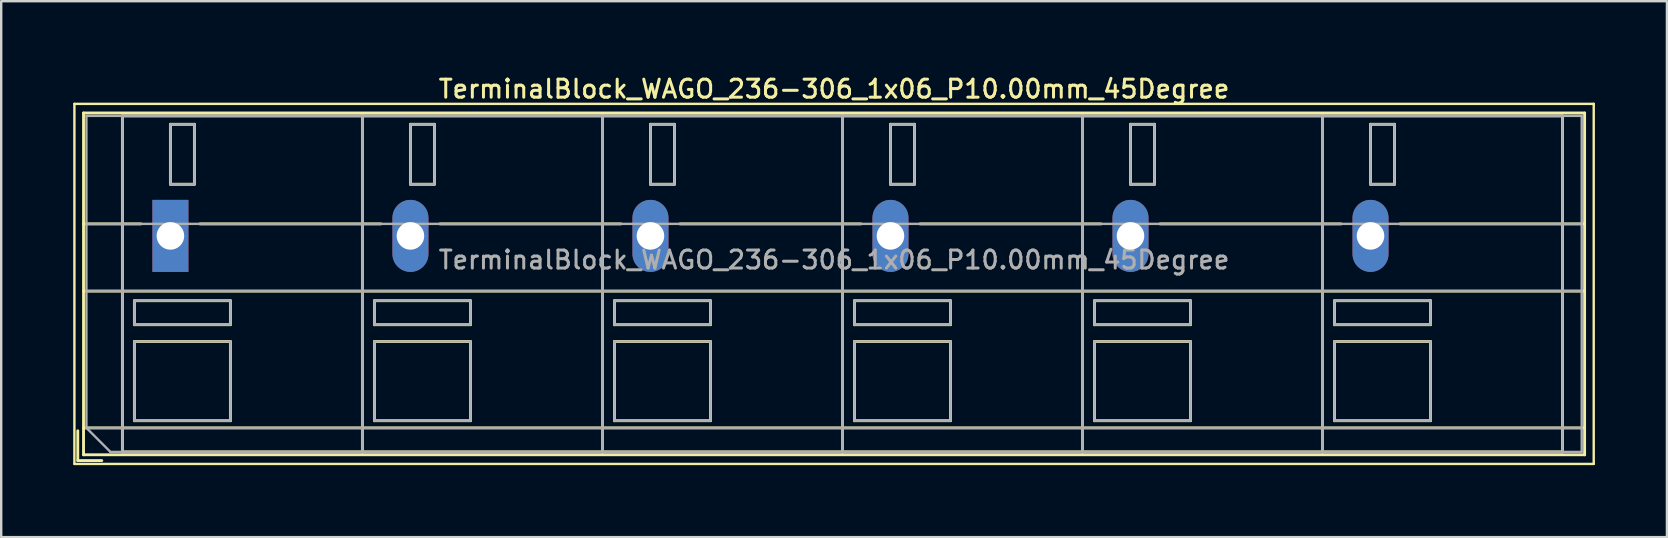
<source format=kicad_pcb>
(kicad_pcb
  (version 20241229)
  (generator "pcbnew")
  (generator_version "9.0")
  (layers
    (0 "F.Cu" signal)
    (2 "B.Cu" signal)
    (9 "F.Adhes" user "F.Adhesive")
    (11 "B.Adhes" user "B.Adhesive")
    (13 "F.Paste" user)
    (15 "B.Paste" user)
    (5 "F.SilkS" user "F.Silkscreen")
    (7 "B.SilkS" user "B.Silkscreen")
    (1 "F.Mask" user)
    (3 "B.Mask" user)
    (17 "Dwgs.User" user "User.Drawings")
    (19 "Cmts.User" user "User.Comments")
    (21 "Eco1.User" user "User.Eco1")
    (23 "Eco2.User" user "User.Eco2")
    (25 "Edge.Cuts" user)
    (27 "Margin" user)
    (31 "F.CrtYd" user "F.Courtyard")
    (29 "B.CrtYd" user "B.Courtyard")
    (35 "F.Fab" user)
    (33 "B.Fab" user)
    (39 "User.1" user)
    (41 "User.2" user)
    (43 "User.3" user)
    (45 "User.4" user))
  (footprint "TerminalBlock_WAGO_236-306_1x06_P10.00mm_45Degree"
    (layer "F.Cu")
    (at 4.05 6.778)
    (property "Reference" "TerminalBlock_WAGO_236-306_1x06_P10.00mm_45Degree" (at 27.65 -6.12 0) (layer "F.SilkS") (effects (font (size 0.75 0.75) (thickness 0.125))))
    (attr through_hole)
    (fp_line (start -4 -5.5) (end -4 9.5) (stroke (width 0.1) (type solid)) (layer "F.SilkS"))
    (fp_line (start -4 9.5) (end 59.3 9.5) (stroke (width 0.1) (type solid)) (layer "F.SilkS"))
    (fp_line (start -3.86 8.12) (end -3.86 9.36) (stroke (width 0.12) (type solid)) (layer "F.SilkS"))
    (fp_line (start -3.86 9.36) (end -2.86 9.36) (stroke (width 0.12) (type solid)) (layer "F.SilkS"))
    (fp_line (start -3.62 -5.12) (end -3.62 9.12) (stroke (width 0.12) (type solid)) (layer "F.SilkS"))
    (fp_line (start -3.62 -5.12) (end 58.92 -5.12) (stroke (width 0.12) (type solid)) (layer "F.SilkS"))
    (fp_line (start -3.62 -0.5) (end -1.23 -0.5) (stroke (width 0.12) (type solid)) (layer "F.SilkS"))
    (fp_line (start -3.62 2.3) (end 58.92 2.3) (stroke (width 0.12) (type solid)) (layer "F.SilkS"))
    (fp_line (start -3.62 8) (end 58.92 8) (stroke (width 0.12) (type solid)) (layer "F.SilkS"))
    (fp_line (start -3.62 9.12) (end 58.92 9.12) (stroke (width 0.12) (type solid)) (layer "F.SilkS"))
    (fp_line (start -2 -5) (end -2 9) (stroke (width 0.12) (type solid)) (layer "F.SilkS"))
    (fp_line (start -2 -5) (end 8 -5) (stroke (width 0.12) (type solid)) (layer "F.SilkS"))
    (fp_line (start -2 9) (end 8 9) (stroke (width 0.12) (type solid)) (layer "F.SilkS"))
    (fp_line (start -1.5 2.7) (end -1.5 3.7) (stroke (width 0.12) (type solid)) (layer "F.SilkS"))
    (fp_line (start -1.5 2.7) (end 2.5 2.7) (stroke (width 0.12) (type solid)) (layer "F.SilkS"))
    (fp_line (start -1.5 3.7) (end 2.5 3.7) (stroke (width 0.12) (type solid)) (layer "F.SilkS"))
    (fp_line (start -1.5 4.4) (end -1.5 7.7) (stroke (width 0.12) (type solid)) (layer "F.SilkS"))
    (fp_line (start -1.5 4.4) (end 2.5 4.4) (stroke (width 0.12) (type solid)) (layer "F.SilkS"))
    (fp_line (start -1.5 7.7) (end 2.5 7.7) (stroke (width 0.12) (type solid)) (layer "F.SilkS"))
    (fp_line (start 0 -4.65) (end 0 -2.151) (stroke (width 0.12) (type solid)) (layer "F.SilkS"))
    (fp_line (start 0 -4.65) (end 1 -4.65) (stroke (width 0.12) (type solid)) (layer "F.SilkS"))
    (fp_line (start 0 -2.151) (end 1 -2.151) (stroke (width 0.12) (type solid)) (layer "F.SilkS"))
    (fp_line (start 1 -4.65) (end 1 -2.151) (stroke (width 0.12) (type solid)) (layer "F.SilkS"))
    (fp_line (start 1.23 -0.5) (end 8.77 -0.5) (stroke (width 0.12) (type solid)) (layer "F.SilkS"))
    (fp_line (start 2.5 2.7) (end 2.5 3.7) (stroke (width 0.12) (type solid)) (layer "F.SilkS"))
    (fp_line (start 2.5 4.4) (end 2.5 7.7) (stroke (width 0.12) (type solid)) (layer "F.SilkS"))
    (fp_line (start 8 -5) (end 8 9) (stroke (width 0.12) (type solid)) (layer "F.SilkS"))
    (fp_line (start 8 -5) (end 8 9) (stroke (width 0.12) (type solid)) (layer "F.SilkS"))
    (fp_line (start 8 -5) (end 18 -5) (stroke (width 0.12) (type solid)) (layer "F.SilkS"))
    (fp_line (start 8 9) (end 18 9) (stroke (width 0.12) (type solid)) (layer "F.SilkS"))
    (fp_line (start 8.5 2.7) (end 8.5 3.7) (stroke (width 0.12) (type solid)) (layer "F.SilkS"))
    (fp_line (start 8.5 2.7) (end 12.5 2.7) (stroke (width 0.12) (type solid)) (layer "F.SilkS"))
    (fp_line (start 8.5 3.7) (end 12.5 3.7) (stroke (width 0.12) (type solid)) (layer "F.SilkS"))
    (fp_line (start 8.5 4.4) (end 8.5 7.7) (stroke (width 0.12) (type solid)) (layer "F.SilkS"))
    (fp_line (start 8.5 4.4) (end 12.5 4.4) (stroke (width 0.12) (type solid)) (layer "F.SilkS"))
    (fp_line (start 8.5 7.7) (end 12.5 7.7) (stroke (width 0.12) (type solid)) (layer "F.SilkS"))
    (fp_line (start 10 -4.65) (end 10 -2.151) (stroke (width 0.12) (type solid)) (layer "F.SilkS"))
    (fp_line (start 10 -4.65) (end 11 -4.65) (stroke (width 0.12) (type solid)) (layer "F.SilkS"))
    (fp_line (start 10 -2.151) (end 11 -2.151) (stroke (width 0.12) (type solid)) (layer "F.SilkS"))
    (fp_line (start 11 -4.65) (end 11 -2.151) (stroke (width 0.12) (type solid)) (layer "F.SilkS"))
    (fp_line (start 11.23 -0.5) (end 18.77 -0.5) (stroke (width 0.12) (type solid)) (layer "F.SilkS"))
    (fp_line (start 12.5 2.7) (end 12.5 3.7) (stroke (width 0.12) (type solid)) (layer "F.SilkS"))
    (fp_line (start 12.5 4.4) (end 12.5 7.7) (stroke (width 0.12) (type solid)) (layer "F.SilkS"))
    (fp_line (start 18 -5) (end 18 9) (stroke (width 0.12) (type solid)) (layer "F.SilkS"))
    (fp_line (start 18 -5) (end 18 9) (stroke (width 0.12) (type solid)) (layer "F.SilkS"))
    (fp_line (start 18 -5) (end 28 -5) (stroke (width 0.12) (type solid)) (layer "F.SilkS"))
    (fp_line (start 18 9) (end 28 9) (stroke (width 0.12) (type solid)) (layer "F.SilkS"))
    (fp_line (start 18.5 2.7) (end 18.5 3.7) (stroke (width 0.12) (type solid)) (layer "F.SilkS"))
    (fp_line (start 18.5 2.7) (end 22.5 2.7) (stroke (width 0.12) (type solid)) (layer "F.SilkS"))
    (fp_line (start 18.5 3.7) (end 22.5 3.7) (stroke (width 0.12) (type solid)) (layer "F.SilkS"))
    (fp_line (start 18.5 4.4) (end 18.5 7.7) (stroke (width 0.12) (type solid)) (layer "F.SilkS"))
    (fp_line (start 18.5 4.4) (end 22.5 4.4) (stroke (width 0.12) (type solid)) (layer "F.SilkS"))
    (fp_line (start 18.5 7.7) (end 22.5 7.7) (stroke (width 0.12) (type solid)) (layer "F.SilkS"))
    (fp_line (start 20 -4.65) (end 20 -2.151) (stroke (width 0.12) (type solid)) (layer "F.SilkS"))
    (fp_line (start 20 -4.65) (end 21 -4.65) (stroke (width 0.12) (type solid)) (layer "F.SilkS"))
    (fp_line (start 20 -2.151) (end 21 -2.151) (stroke (width 0.12) (type solid)) (layer "F.SilkS"))
    (fp_line (start 21 -4.65) (end 21 -2.151) (stroke (width 0.12) (type solid)) (layer "F.SilkS"))
    (fp_line (start 21.23 -0.5) (end 28.77 -0.5) (stroke (width 0.12) (type solid)) (layer "F.SilkS"))
    (fp_line (start 22.5 2.7) (end 22.5 3.7) (stroke (width 0.12) (type solid)) (layer "F.SilkS"))
    (fp_line (start 22.5 4.4) (end 22.5 7.7) (stroke (width 0.12) (type solid)) (layer "F.SilkS"))
    (fp_line (start 28 -5) (end 28 9) (stroke (width 0.12) (type solid)) (layer "F.SilkS"))
    (fp_line (start 28 -5) (end 28 9) (stroke (width 0.12) (type solid)) (layer "F.SilkS"))
    (fp_line (start 28 -5) (end 38 -5) (stroke (width 0.12) (type solid)) (layer "F.SilkS"))
    (fp_line (start 28 9) (end 38 9) (stroke (width 0.12) (type solid)) (layer "F.SilkS"))
    (fp_line (start 28.5 2.7) (end 28.5 3.7) (stroke (width 0.12) (type solid)) (layer "F.SilkS"))
    (fp_line (start 28.5 2.7) (end 32.5 2.7) (stroke (width 0.12) (type solid)) (layer "F.SilkS"))
    (fp_line (start 28.5 3.7) (end 32.5 3.7) (stroke (width 0.12) (type solid)) (layer "F.SilkS"))
    (fp_line (start 28.5 4.4) (end 28.5 7.7) (stroke (width 0.12) (type solid)) (layer "F.SilkS"))
    (fp_line (start 28.5 4.4) (end 32.5 4.4) (stroke (width 0.12) (type solid)) (layer "F.SilkS"))
    (fp_line (start 28.5 7.7) (end 32.5 7.7) (stroke (width 0.12) (type solid)) (layer "F.SilkS"))
    (fp_line (start 30 -4.65) (end 30 -2.151) (stroke (width 0.12) (type solid)) (layer "F.SilkS"))
    (fp_line (start 30 -4.65) (end 31 -4.65) (stroke (width 0.12) (type solid)) (layer "F.SilkS"))
    (fp_line (start 30 -2.151) (end 31 -2.151) (stroke (width 0.12) (type solid)) (layer "F.SilkS"))
    (fp_line (start 31 -4.65) (end 31 -2.151) (stroke (width 0.12) (type solid)) (layer "F.SilkS"))
    (fp_line (start 31.23 -0.5) (end 38.77 -0.5) (stroke (width 0.12) (type solid)) (layer "F.SilkS"))
    (fp_line (start 32.5 2.7) (end 32.5 3.7) (stroke (width 0.12) (type solid)) (layer "F.SilkS"))
    (fp_line (start 32.5 4.4) (end 32.5 7.7) (stroke (width 0.12) (type solid)) (layer "F.SilkS"))
    (fp_line (start 38 -5) (end 38 9) (stroke (width 0.12) (type solid)) (layer "F.SilkS"))
    (fp_line (start 38 -5) (end 38 9) (stroke (width 0.12) (type solid)) (layer "F.SilkS"))
    (fp_line (start 38 -5) (end 48 -5) (stroke (width 0.12) (type solid)) (layer "F.SilkS"))
    (fp_line (start 38 9) (end 48 9) (stroke (width 0.12) (type solid)) (layer "F.SilkS"))
    (fp_line (start 38.5 2.7) (end 38.5 3.7) (stroke (width 0.12) (type solid)) (layer "F.SilkS"))
    (fp_line (start 38.5 2.7) (end 42.5 2.7) (stroke (width 0.12) (type solid)) (layer "F.SilkS"))
    (fp_line (start 38.5 3.7) (end 42.5 3.7) (stroke (width 0.12) (type solid)) (layer "F.SilkS"))
    (fp_line (start 38.5 4.4) (end 38.5 7.7) (stroke (width 0.12) (type solid)) (layer "F.SilkS"))
    (fp_line (start 38.5 4.4) (end 42.5 4.4) (stroke (width 0.12) (type solid)) (layer "F.SilkS"))
    (fp_line (start 38.5 7.7) (end 42.5 7.7) (stroke (width 0.12) (type solid)) (layer "F.SilkS"))
    (fp_line (start 40 -4.65) (end 40 -2.151) (stroke (width 0.12) (type solid)) (layer "F.SilkS"))
    (fp_line (start 40 -4.65) (end 41 -4.65) (stroke (width 0.12) (type solid)) (layer "F.SilkS"))
    (fp_line (start 40 -2.151) (end 41 -2.151) (stroke (width 0.12) (type solid)) (layer "F.SilkS"))
    (fp_line (start 41 -4.65) (end 41 -2.151) (stroke (width 0.12) (type solid)) (layer "F.SilkS"))
    (fp_line (start 41.23 -0.5) (end 48.77 -0.5) (stroke (width 0.12) (type solid)) (layer "F.SilkS"))
    (fp_line (start 42.5 2.7) (end 42.5 3.7) (stroke (width 0.12) (type solid)) (layer "F.SilkS"))
    (fp_line (start 42.5 4.4) (end 42.5 7.7) (stroke (width 0.12) (type solid)) (layer "F.SilkS"))
    (fp_line (start 48 -5) (end 48 9) (stroke (width 0.12) (type solid)) (layer "F.SilkS"))
    (fp_line (start 48 -5) (end 48 9) (stroke (width 0.12) (type solid)) (layer "F.SilkS"))
    (fp_line (start 48 -5) (end 58 -5) (stroke (width 0.12) (type solid)) (layer "F.SilkS"))
    (fp_line (start 48 9) (end 58 9) (stroke (width 0.12) (type solid)) (layer "F.SilkS"))
    (fp_line (start 48.5 2.7) (end 48.5 3.7) (stroke (width 0.12) (type solid)) (layer "F.SilkS"))
    (fp_line (start 48.5 2.7) (end 52.5 2.7) (stroke (width 0.12) (type solid)) (layer "F.SilkS"))
    (fp_line (start 48.5 3.7) (end 52.5 3.7) (stroke (width 0.12) (type solid)) (layer "F.SilkS"))
    (fp_line (start 48.5 4.4) (end 48.5 7.7) (stroke (width 0.12) (type solid)) (layer "F.SilkS"))
    (fp_line (start 48.5 4.4) (end 52.5 4.4) (stroke (width 0.12) (type solid)) (layer "F.SilkS"))
    (fp_line (start 48.5 7.7) (end 52.5 7.7) (stroke (width 0.12) (type solid)) (layer "F.SilkS"))
    (fp_line (start 50 -4.65) (end 50 -2.151) (stroke (width 0.12) (type solid)) (layer "F.SilkS"))
    (fp_line (start 50 -4.65) (end 51 -4.65) (stroke (width 0.12) (type solid)) (layer "F.SilkS"))
    (fp_line (start 50 -2.151) (end 51 -2.151) (stroke (width 0.12) (type solid)) (layer "F.SilkS"))
    (fp_line (start 51 -4.65) (end 51 -2.151) (stroke (width 0.12) (type solid)) (layer "F.SilkS"))
    (fp_line (start 51.23 -0.5) (end 58.92 -0.5) (stroke (width 0.12) (type solid)) (layer "F.SilkS"))
    (fp_line (start 52.5 2.7) (end 52.5 3.7) (stroke (width 0.12) (type solid)) (layer "F.SilkS"))
    (fp_line (start 52.5 4.4) (end 52.5 7.7) (stroke (width 0.12) (type solid)) (layer "F.SilkS"))
    (fp_line (start 58 -5) (end 58 9) (stroke (width 0.12) (type solid)) (layer "F.SilkS"))
    (fp_line (start 58.92 -5.12) (end 58.92 9.12) (stroke (width 0.12) (type solid)) (layer "F.SilkS"))
    (fp_line (start 59.3 -5.5) (end -4 -5.5) (stroke (width 0.1) (type solid)) (layer "F.SilkS"))
    (fp_line (start 59.3 9.5) (end 59.3 -5.5) (stroke (width 0.1) (type solid)) (layer "F.SilkS"))
    (fp_line (start -3.5 -5) (end 58.8 -5) (stroke (width 0.1) (type solid)) (layer "F.Fab"))
    (fp_line (start -3.5 -0.5) (end 58.8 -0.5) (stroke (width 0.1) (type solid)) (layer "F.Fab"))
    (fp_line (start -3.5 2.3) (end 58.8 2.3) (stroke (width 0.1) (type solid)) (layer "F.Fab"))
    (fp_line (start -3.5 8) (end -3.5 -5) (stroke (width 0.1) (type solid)) (layer "F.Fab"))
    (fp_line (start -3.5 8) (end 58.8 8) (stroke (width 0.1) (type solid)) (layer "F.Fab"))
    (fp_line (start -2.5 9) (end -3.5 8) (stroke (width 0.1) (type solid)) (layer "F.Fab"))
    (fp_line (start -2 -5) (end -2 9) (stroke (width 0.1) (type solid)) (layer "F.Fab"))
    (fp_line (start -2 9) (end 8 9) (stroke (width 0.1) (type solid)) (layer "F.Fab"))
    (fp_line (start -1.5 2.7) (end -1.5 3.7) (stroke (width 0.1) (type solid)) (layer "F.Fab"))
    (fp_line (start -1.5 3.7) (end 2.5 3.7) (stroke (width 0.1) (type solid)) (layer "F.Fab"))
    (fp_line (start -1.5 4.4) (end -1.5 7.7) (stroke (width 0.1) (type solid)) (layer "F.Fab"))
    (fp_line (start -1.5 7.7) (end 2.5 7.7) (stroke (width 0.1) (type solid)) (layer "F.Fab"))
    (fp_line (start 0 -4.65) (end 0 -2.15) (stroke (width 0.1) (type solid)) (layer "F.Fab"))
    (fp_line (start 0 -2.15) (end 1 -2.15) (stroke (width 0.1) (type solid)) (layer "F.Fab"))
    (fp_line (start 1 -4.65) (end 0 -4.65) (stroke (width 0.1) (type solid)) (layer "F.Fab"))
    (fp_line (start 1 -2.15) (end 1 -4.65) (stroke (width 0.1) (type solid)) (layer "F.Fab"))
    (fp_line (start 2.5 2.7) (end -1.5 2.7) (stroke (width 0.1) (type solid)) (layer "F.Fab"))
    (fp_line (start 2.5 3.7) (end 2.5 2.7) (stroke (width 0.1) (type solid)) (layer "F.Fab"))
    (fp_line (start 2.5 4.4) (end -1.5 4.4) (stroke (width 0.1) (type solid)) (layer "F.Fab"))
    (fp_line (start 2.5 7.7) (end 2.5 4.4) (stroke (width 0.1) (type solid)) (layer "F.Fab"))
    (fp_line (start 8 -5) (end -2 -5) (stroke (width 0.1) (type solid)) (layer "F.Fab"))
    (fp_line (start 8 -5) (end 8 9) (stroke (width 0.1) (type solid)) (layer "F.Fab"))
    (fp_line (start 8 9) (end 8 -5) (stroke (width 0.1) (type solid)) (layer "F.Fab"))
    (fp_line (start 8 9) (end 18 9) (stroke (width 0.1) (type solid)) (layer "F.Fab"))
    (fp_line (start 8.5 2.7) (end 8.5 3.7) (stroke (width 0.1) (type solid)) (layer "F.Fab"))
    (fp_line (start 8.5 3.7) (end 12.5 3.7) (stroke (width 0.1) (type solid)) (layer "F.Fab"))
    (fp_line (start 8.5 4.4) (end 8.5 7.7) (stroke (width 0.1) (type solid)) (layer "F.Fab"))
    (fp_line (start 8.5 7.7) (end 12.5 7.7) (stroke (width 0.1) (type solid)) (layer "F.Fab"))
    (fp_line (start 10 -4.65) (end 10 -2.15) (stroke (width 0.1) (type solid)) (layer "F.Fab"))
    (fp_line (start 10 -2.15) (end 11 -2.15) (stroke (width 0.1) (type solid)) (layer "F.Fab"))
    (fp_line (start 11 -4.65) (end 10 -4.65) (stroke (width 0.1) (type solid)) (layer "F.Fab"))
    (fp_line (start 11 -2.15) (end 11 -4.65) (stroke (width 0.1) (type solid)) (layer "F.Fab"))
    (fp_line (start 12.5 2.7) (end 8.5 2.7) (stroke (width 0.1) (type solid)) (layer "F.Fab"))
    (fp_line (start 12.5 3.7) (end 12.5 2.7) (stroke (width 0.1) (type solid)) (layer "F.Fab"))
    (fp_line (start 12.5 4.4) (end 8.5 4.4) (stroke (width 0.1) (type solid)) (layer "F.Fab"))
    (fp_line (start 12.5 7.7) (end 12.5 4.4) (stroke (width 0.1) (type solid)) (layer "F.Fab"))
    (fp_line (start 18 -5) (end 8 -5) (stroke (width 0.1) (type solid)) (layer "F.Fab"))
    (fp_line (start 18 -5) (end 18 9) (stroke (width 0.1) (type solid)) (layer "F.Fab"))
    (fp_line (start 18 9) (end 18 -5) (stroke (width 0.1) (type solid)) (layer "F.Fab"))
    (fp_line (start 18 9) (end 28 9) (stroke (width 0.1) (type solid)) (layer "F.Fab"))
    (fp_line (start 18.5 2.7) (end 18.5 3.7) (stroke (width 0.1) (type solid)) (layer "F.Fab"))
    (fp_line (start 18.5 3.7) (end 22.5 3.7) (stroke (width 0.1) (type solid)) (layer "F.Fab"))
    (fp_line (start 18.5 4.4) (end 18.5 7.7) (stroke (width 0.1) (type solid)) (layer "F.Fab"))
    (fp_line (start 18.5 7.7) (end 22.5 7.7) (stroke (width 0.1) (type solid)) (layer "F.Fab"))
    (fp_line (start 20 -4.65) (end 20 -2.15) (stroke (width 0.1) (type solid)) (layer "F.Fab"))
    (fp_line (start 20 -2.15) (end 21 -2.15) (stroke (width 0.1) (type solid)) (layer "F.Fab"))
    (fp_line (start 21 -4.65) (end 20 -4.65) (stroke (width 0.1) (type solid)) (layer "F.Fab"))
    (fp_line (start 21 -2.15) (end 21 -4.65) (stroke (width 0.1) (type solid)) (layer "F.Fab"))
    (fp_line (start 22.5 2.7) (end 18.5 2.7) (stroke (width 0.1) (type solid)) (layer "F.Fab"))
    (fp_line (start 22.5 3.7) (end 22.5 2.7) (stroke (width 0.1) (type solid)) (layer "F.Fab"))
    (fp_line (start 22.5 4.4) (end 18.5 4.4) (stroke (width 0.1) (type solid)) (layer "F.Fab"))
    (fp_line (start 22.5 7.7) (end 22.5 4.4) (stroke (width 0.1) (type solid)) (layer "F.Fab"))
    (fp_line (start 28 -5) (end 18 -5) (stroke (width 0.1) (type solid)) (layer "F.Fab"))
    (fp_line (start 28 -5) (end 28 9) (stroke (width 0.1) (type solid)) (layer "F.Fab"))
    (fp_line (start 28 9) (end 28 -5) (stroke (width 0.1) (type solid)) (layer "F.Fab"))
    (fp_line (start 28 9) (end 38 9) (stroke (width 0.1) (type solid)) (layer "F.Fab"))
    (fp_line (start 28.5 2.7) (end 28.5 3.7) (stroke (width 0.1) (type solid)) (layer "F.Fab"))
    (fp_line (start 28.5 3.7) (end 32.5 3.7) (stroke (width 0.1) (type solid)) (layer "F.Fab"))
    (fp_line (start 28.5 4.4) (end 28.5 7.7) (stroke (width 0.1) (type solid)) (layer "F.Fab"))
    (fp_line (start 28.5 7.7) (end 32.5 7.7) (stroke (width 0.1) (type solid)) (layer "F.Fab"))
    (fp_line (start 30 -4.65) (end 30 -2.15) (stroke (width 0.1) (type solid)) (layer "F.Fab"))
    (fp_line (start 30 -2.15) (end 31 -2.15) (stroke (width 0.1) (type solid)) (layer "F.Fab"))
    (fp_line (start 31 -4.65) (end 30 -4.65) (stroke (width 0.1) (type solid)) (layer "F.Fab"))
    (fp_line (start 31 -2.15) (end 31 -4.65) (stroke (width 0.1) (type solid)) (layer "F.Fab"))
    (fp_line (start 32.5 2.7) (end 28.5 2.7) (stroke (width 0.1) (type solid)) (layer "F.Fab"))
    (fp_line (start 32.5 3.7) (end 32.5 2.7) (stroke (width 0.1) (type solid)) (layer "F.Fab"))
    (fp_line (start 32.5 4.4) (end 28.5 4.4) (stroke (width 0.1) (type solid)) (layer "F.Fab"))
    (fp_line (start 32.5 7.7) (end 32.5 4.4) (stroke (width 0.1) (type solid)) (layer "F.Fab"))
    (fp_line (start 38 -5) (end 28 -5) (stroke (width 0.1) (type solid)) (layer "F.Fab"))
    (fp_line (start 38 -5) (end 38 9) (stroke (width 0.1) (type solid)) (layer "F.Fab"))
    (fp_line (start 38 9) (end 38 -5) (stroke (width 0.1) (type solid)) (layer "F.Fab"))
    (fp_line (start 38 9) (end 48 9) (stroke (width 0.1) (type solid)) (layer "F.Fab"))
    (fp_line (start 38.5 2.7) (end 38.5 3.7) (stroke (width 0.1) (type solid)) (layer "F.Fab"))
    (fp_line (start 38.5 3.7) (end 42.5 3.7) (stroke (width 0.1) (type solid)) (layer "F.Fab"))
    (fp_line (start 38.5 4.4) (end 38.5 7.7) (stroke (width 0.1) (type solid)) (layer "F.Fab"))
    (fp_line (start 38.5 7.7) (end 42.5 7.7) (stroke (width 0.1) (type solid)) (layer "F.Fab"))
    (fp_line (start 40 -4.65) (end 40 -2.15) (stroke (width 0.1) (type solid)) (layer "F.Fab"))
    (fp_line (start 40 -2.15) (end 41 -2.15) (stroke (width 0.1) (type solid)) (layer "F.Fab"))
    (fp_line (start 41 -4.65) (end 40 -4.65) (stroke (width 0.1) (type solid)) (layer "F.Fab"))
    (fp_line (start 41 -2.15) (end 41 -4.65) (stroke (width 0.1) (type solid)) (layer "F.Fab"))
    (fp_line (start 42.5 2.7) (end 38.5 2.7) (stroke (width 0.1) (type solid)) (layer "F.Fab"))
    (fp_line (start 42.5 3.7) (end 42.5 2.7) (stroke (width 0.1) (type solid)) (layer "F.Fab"))
    (fp_line (start 42.5 4.4) (end 38.5 4.4) (stroke (width 0.1) (type solid)) (layer "F.Fab"))
    (fp_line (start 42.5 7.7) (end 42.5 4.4) (stroke (width 0.1) (type solid)) (layer "F.Fab"))
    (fp_line (start 48 -5) (end 38 -5) (stroke (width 0.1) (type solid)) (layer "F.Fab"))
    (fp_line (start 48 -5) (end 48 9) (stroke (width 0.1) (type solid)) (layer "F.Fab"))
    (fp_line (start 48 9) (end 48 -5) (stroke (width 0.1) (type solid)) (layer "F.Fab"))
    (fp_line (start 48 9) (end 58 9) (stroke (width 0.1) (type solid)) (layer "F.Fab"))
    (fp_line (start 48.5 2.7) (end 48.5 3.7) (stroke (width 0.1) (type solid)) (layer "F.Fab"))
    (fp_line (start 48.5 3.7) (end 52.5 3.7) (stroke (width 0.1) (type solid)) (layer "F.Fab"))
    (fp_line (start 48.5 4.4) (end 48.5 7.7) (stroke (width 0.1) (type solid)) (layer "F.Fab"))
    (fp_line (start 48.5 7.7) (end 52.5 7.7) (stroke (width 0.1) (type solid)) (layer "F.Fab"))
    (fp_line (start 50 -4.65) (end 50 -2.15) (stroke (width 0.1) (type solid)) (layer "F.Fab"))
    (fp_line (start 50 -2.15) (end 51 -2.15) (stroke (width 0.1) (type solid)) (layer "F.Fab"))
    (fp_line (start 51 -4.65) (end 50 -4.65) (stroke (width 0.1) (type solid)) (layer "F.Fab"))
    (fp_line (start 51 -2.15) (end 51 -4.65) (stroke (width 0.1) (type solid)) (layer "F.Fab"))
    (fp_line (start 52.5 2.7) (end 48.5 2.7) (stroke (width 0.1) (type solid)) (layer "F.Fab"))
    (fp_line (start 52.5 3.7) (end 52.5 2.7) (stroke (width 0.1) (type solid)) (layer "F.Fab"))
    (fp_line (start 52.5 4.4) (end 48.5 4.4) (stroke (width 0.1) (type solid)) (layer "F.Fab"))
    (fp_line (start 52.5 7.7) (end 52.5 4.4) (stroke (width 0.1) (type solid)) (layer "F.Fab"))
    (fp_line (start 58 -5) (end 48 -5) (stroke (width 0.1) (type solid)) (layer "F.Fab"))
    (fp_line (start 58 9) (end 58 -5) (stroke (width 0.1) (type solid)) (layer "F.Fab"))
    (fp_line (start 58.8 -5) (end 58.8 9) (stroke (width 0.1) (type solid)) (layer "F.Fab"))
    (fp_line (start 58.8 9) (end -2.5 9) (stroke (width 0.1) (type solid)) (layer "F.Fab"))
    (fp_text user "${REFERENCE}" (at 27.65 1 0) (layer "F.Fab") (effects (font (size 0.75 0.75) (thickness 0.125))))
    (pad "1" thru_hole rect (at 0 0) (size 1.5 3) (drill 1.15) (layers "*.Cu" "*.Mask"))
    (pad "2" thru_hole oval (at 10 0) (size 1.5 3) (drill 1.15) (layers "*.Cu" "*.Mask"))
    (pad "3" thru_hole oval (at 20 0) (size 1.5 3) (drill 1.15) (layers "*.Cu" "*.Mask"))
    (pad "4" thru_hole oval (at 30 0) (size 1.5 3) (drill 1.15) (layers "*.Cu" "*.Mask"))
    (pad "5" thru_hole oval (at 40 0) (size 1.5 3) (drill 1.15) (layers "*.Cu" "*.Mask"))
    (pad "6" thru_hole oval (at 50 0) (size 1.5 3) (drill 1.15) (layers "*.Cu" "*.Mask")))
  (gr_rect
    (start -3 -3)
    (end 66.4 19.328)
    (stroke (width 0.1) (type default))
    (fill no)
    (layer "Edge.Cuts")))
</source>
